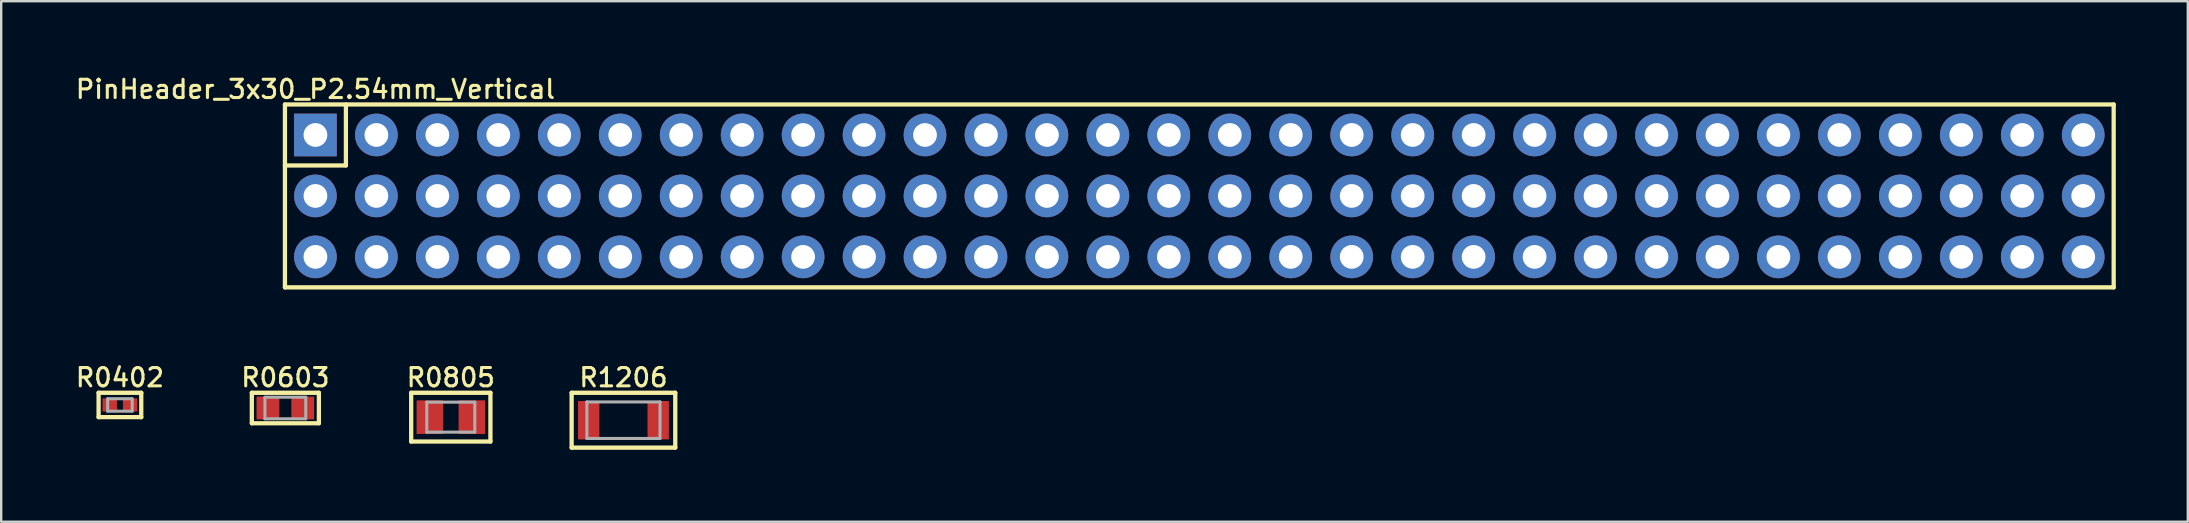
<source format=kicad_pcb>
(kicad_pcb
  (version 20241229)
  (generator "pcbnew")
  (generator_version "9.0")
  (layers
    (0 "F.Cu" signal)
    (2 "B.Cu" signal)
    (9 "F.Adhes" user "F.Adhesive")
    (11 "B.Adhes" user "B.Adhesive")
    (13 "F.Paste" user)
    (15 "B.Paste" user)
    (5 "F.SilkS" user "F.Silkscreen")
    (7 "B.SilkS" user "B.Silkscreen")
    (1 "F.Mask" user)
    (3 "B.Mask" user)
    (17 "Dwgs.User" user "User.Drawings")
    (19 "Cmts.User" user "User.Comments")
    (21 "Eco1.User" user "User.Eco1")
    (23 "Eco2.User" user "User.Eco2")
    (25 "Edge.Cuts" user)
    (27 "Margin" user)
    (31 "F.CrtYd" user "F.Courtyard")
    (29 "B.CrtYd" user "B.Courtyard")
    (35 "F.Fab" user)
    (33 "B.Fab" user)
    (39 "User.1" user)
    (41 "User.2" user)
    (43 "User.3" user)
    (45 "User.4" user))
  (footprint "R0402"
    (layer "F.Cu")
    (at 1.947 13.824)
    (property "Reference" "R0402" (at 0 -1.143 0) (layer "F.SilkS") (effects (font (size 0.762 0.762) (thickness 0.127))))
    (attr smd)
    (fp_line (start -0.889 -0.508) (end 0.889 -0.508) (stroke (width 0.178) (type solid)) (layer "F.SilkS"))
    (fp_line (start -0.889 0.508) (end -0.889 -0.508) (stroke (width 0.178) (type solid)) (layer "F.SilkS"))
    (fp_line (start 0.889 -0.508) (end 0.889 0.508) (stroke (width 0.178) (type solid)) (layer "F.SilkS"))
    (fp_line (start 0.889 0.508) (end -0.889 0.508) (stroke (width 0.178) (type solid)) (layer "F.SilkS"))
    (fp_line (start -0.51 -0.26) (end -0.51 0.26) (stroke (width 0.127) (type solid)) (layer "F.Fab"))
    (fp_line (start -0.51 -0.26) (end 0.51 -0.26) (stroke (width 0.127) (type solid)) (layer "F.Fab"))
    (fp_line (start -0.51 0.26) (end 0.51 0.26) (stroke (width 0.127) (type solid)) (layer "F.Fab"))
    (fp_line (start 0.51 -0.26) (end 0.51 0.26) (stroke (width 0.127) (type solid)) (layer "F.Fab"))
    (pad "1" smd rect (at -0.425 0) (size 0.6 0.55) (layers "F.Cu" "F.Mask" "F.Paste"))
    (pad "2" smd rect (at 0.425 0) (size 0.6 0.55) (layers "F.Cu" "F.Mask" "F.Paste")))
  (footprint "R0805"
    (layer "F.Cu")
    (at 15.734 14.332)
    (property "Reference" "R0805" (at 0 -1.651 0) (layer "F.SilkS") (effects (font (size 0.762 0.762) (thickness 0.127))))
    (attr smd)
    (fp_line (start -1.651 -1.016) (end 1.651 -1.016) (stroke (width 0.178) (type solid)) (layer "F.SilkS"))
    (fp_line (start -1.651 1.016) (end -1.651 -1.016) (stroke (width 0.178) (type solid)) (layer "F.SilkS"))
    (fp_line (start 1.651 -1.016) (end 1.651 1.016) (stroke (width 0.178) (type solid)) (layer "F.SilkS"))
    (fp_line (start 1.651 1.016) (end -1.651 1.016) (stroke (width 0.178) (type solid)) (layer "F.SilkS"))
    (fp_line (start -1 -0.625) (end -1 0.625) (stroke (width 0.127) (type solid)) (layer "F.Fab"))
    (fp_line (start -1 -0.625) (end 1 -0.625) (stroke (width 0.127) (type solid)) (layer "F.Fab"))
    (fp_line (start -1 0.625) (end 1 0.625) (stroke (width 0.127) (type solid)) (layer "F.Fab"))
    (fp_line (start 1 -0.625) (end 1 0.625) (stroke (width 0.127) (type solid)) (layer "F.Fab"))
    (pad "1" smd rect (at -0.875 0) (size 1.1 1.4) (layers "F.Cu" "F.Mask" "F.Paste"))
    (pad "2" smd rect (at 0.875 0) (size 1.1 1.4) (layers "F.Cu" "F.Mask" "F.Paste")))
  (footprint "R0603"
    (layer "F.Cu")
    (at 8.84 13.951)
    (property "Reference" "R0603" (at 0 -1.27 0) (layer "F.SilkS") (effects (font (size 0.762 0.762) (thickness 0.127))))
    (attr smd)
    (fp_line (start -1.397 -0.635) (end 1.397 -0.635) (stroke (width 0.178) (type solid)) (layer "F.SilkS"))
    (fp_line (start -1.397 0.635) (end -1.397 -0.635) (stroke (width 0.178) (type solid)) (layer "F.SilkS"))
    (fp_line (start 1.397 -0.635) (end 1.397 0.635) (stroke (width 0.178) (type solid)) (layer "F.SilkS"))
    (fp_line (start 1.397 0.635) (end -1.397 0.635) (stroke (width 0.178) (type solid)) (layer "F.SilkS"))
    (fp_line (start -0.85 -0.45) (end -0.85 0.45) (stroke (width 0.127) (type solid)) (layer "F.Fab"))
    (fp_line (start -0.85 -0.45) (end 0.85 -0.45) (stroke (width 0.127) (type solid)) (layer "F.Fab"))
    (fp_line (start -0.85 0.45) (end 0.85 0.45) (stroke (width 0.127) (type solid)) (layer "F.Fab"))
    (fp_line (start 0.85 -0.45) (end 0.85 0.45) (stroke (width 0.127) (type solid)) (layer "F.Fab"))
    (pad "1" smd rect (at -0.725 0) (size 0.95 0.95) (layers "F.Cu" "F.Mask" "F.Paste"))
    (pad "2" smd rect (at 0.725 0) (size 0.95 0.95) (layers "F.Cu" "F.Mask" "F.Paste")))
  (footprint "PinHeader_3x30_P2.54mm_Vertical"
    (layer "F.Cu")
    (at 10.093 2.574)
    (property "Reference" "PinHeader_3x30_P2.54mm_Vertical" (at 0 -1.905 0) (layer "F.SilkS") (effects (font (size 0.762 0.762) (thickness 0.127))))
    (attr through_hole)
    (fp_line (start -1.27 -1.27) (end 74.93 -1.27) (stroke (width 0.178) (type solid)) (layer "F.SilkS"))
    (fp_line (start -1.27 6.35) (end -1.27 -1.27) (stroke (width 0.178) (type solid)) (layer "F.SilkS"))
    (fp_line (start 1.27 -1.27) (end 1.27 1.27) (stroke (width 0.178) (type solid)) (layer "F.SilkS"))
    (fp_line (start 1.27 1.27) (end -1.27 1.27) (stroke (width 0.178) (type solid)) (layer "F.SilkS"))
    (fp_line (start 74.93 -1.27) (end 74.93 6.35) (stroke (width 0.178) (type solid)) (layer "F.SilkS"))
    (fp_line (start 74.93 6.35) (end -1.27 6.35) (stroke (width 0.178) (type solid)) (layer "F.SilkS"))
    (pad "1" thru_hole rect (at 0 0) (size 1.778 1.778) (drill 0.991) (layers "*.Cu" "*.Mask"))
    (pad "2" thru_hole circle (at 0 2.54) (size 1.778 1.778) (drill 0.991) (layers "*.Cu" "*.Mask"))
    (pad "3" thru_hole circle (at 0 5.08) (size 1.778 1.778) (drill 0.991) (layers "*.Cu" "*.Mask"))
    (pad "4" thru_hole circle (at 2.54 0) (size 1.778 1.778) (drill 0.991) (layers "*.Cu" "*.Mask"))
    (pad "5" thru_hole circle (at 2.54 2.54) (size 1.778 1.778) (drill 0.991) (layers "*.Cu" "*.Mask"))
    (pad "6" thru_hole circle (at 2.54 5.08) (size 1.778 1.778) (drill 0.991) (layers "*.Cu" "*.Mask"))
    (pad "7" thru_hole circle (at 5.08 0) (size 1.778 1.778) (drill 0.991) (layers "*.Cu" "*.Mask"))
    (pad "8" thru_hole circle (at 5.08 2.54) (size 1.778 1.778) (drill 0.991) (layers "*.Cu" "*.Mask"))
    (pad "9" thru_hole circle (at 5.08 5.08) (size 1.778 1.778) (drill 0.991) (layers "*.Cu" "*.Mask"))
    (pad "10" thru_hole circle (at 7.62 0) (size 1.778 1.778) (drill 0.991) (layers "*.Cu" "*.Mask"))
    (pad "11" thru_hole circle (at 7.62 2.54) (size 1.778 1.778) (drill 0.991) (layers "*.Cu" "*.Mask"))
    (pad "12" thru_hole circle (at 7.62 5.08) (size 1.778 1.778) (drill 0.991) (layers "*.Cu" "*.Mask"))
    (pad "13" thru_hole circle (at 10.16 0) (size 1.778 1.778) (drill 0.991) (layers "*.Cu" "*.Mask"))
    (pad "14" thru_hole circle (at 10.16 2.54) (size 1.778 1.778) (drill 0.991) (layers "*.Cu" "*.Mask"))
    (pad "15" thru_hole circle (at 10.16 5.08) (size 1.778 1.778) (drill 0.991) (layers "*.Cu" "*.Mask"))
    (pad "16" thru_hole circle (at 12.7 0) (size 1.778 1.778) (drill 0.991) (layers "*.Cu" "*.Mask"))
    (pad "17" thru_hole circle (at 12.7 2.54) (size 1.778 1.778) (drill 0.991) (layers "*.Cu" "*.Mask"))
    (pad "18" thru_hole circle (at 12.7 5.08) (size 1.778 1.778) (drill 0.991) (layers "*.Cu" "*.Mask"))
    (pad "19" thru_hole circle (at 15.24 0) (size 1.778 1.778) (drill 0.991) (layers "*.Cu" "*.Mask"))
    (pad "20" thru_hole circle (at 15.24 2.54) (size 1.778 1.778) (drill 0.991) (layers "*.Cu" "*.Mask"))
    (pad "21" thru_hole circle (at 15.24 5.08) (size 1.778 1.778) (drill 0.991) (layers "*.Cu" "*.Mask"))
    (pad "22" thru_hole circle (at 17.78 0) (size 1.778 1.778) (drill 0.991) (layers "*.Cu" "*.Mask"))
    (pad "23" thru_hole circle (at 17.78 2.54) (size 1.778 1.778) (drill 0.991) (layers "*.Cu" "*.Mask"))
    (pad "24" thru_hole circle (at 17.78 5.08) (size 1.778 1.778) (drill 0.991) (layers "*.Cu" "*.Mask"))
    (pad "25" thru_hole circle (at 20.32 0) (size 1.778 1.778) (drill 0.991) (layers "*.Cu" "*.Mask"))
    (pad "26" thru_hole circle (at 20.32 2.54) (size 1.778 1.778) (drill 0.991) (layers "*.Cu" "*.Mask"))
    (pad "27" thru_hole circle (at 20.32 5.08) (size 1.778 1.778) (drill 0.991) (layers "*.Cu" "*.Mask"))
    (pad "28" thru_hole circle (at 22.86 0) (size 1.778 1.778) (drill 0.991) (layers "*.Cu" "*.Mask"))
    (pad "29" thru_hole circle (at 22.86 2.54) (size 1.778 1.778) (drill 0.991) (layers "*.Cu" "*.Mask"))
    (pad "30" thru_hole circle (at 22.86 5.08) (size 1.778 1.778) (drill 0.991) (layers "*.Cu" "*.Mask"))
    (pad "31" thru_hole circle (at 25.4 0) (size 1.778 1.778) (drill 0.991) (layers "*.Cu" "*.Mask"))
    (pad "32" thru_hole circle (at 25.4 2.54) (size 1.778 1.778) (drill 0.991) (layers "*.Cu" "*.Mask"))
    (pad "33" thru_hole circle (at 25.4 5.08) (size 1.778 1.778) (drill 0.991) (layers "*.Cu" "*.Mask"))
    (pad "34" thru_hole circle (at 27.94 0) (size 1.778 1.778) (drill 0.991) (layers "*.Cu" "*.Mask"))
    (pad "35" thru_hole circle (at 27.94 2.54) (size 1.778 1.778) (drill 0.991) (layers "*.Cu" "*.Mask"))
    (pad "36" thru_hole circle (at 27.94 5.08) (size 1.778 1.778) (drill 0.991) (layers "*.Cu" "*.Mask"))
    (pad "37" thru_hole circle (at 30.48 0) (size 1.778 1.778) (drill 0.991) (layers "*.Cu" "*.Mask"))
    (pad "38" thru_hole circle (at 30.48 2.54) (size 1.778 1.778) (drill 0.991) (layers "*.Cu" "*.Mask"))
    (pad "39" thru_hole circle (at 30.48 5.08) (size 1.778 1.778) (drill 0.991) (layers "*.Cu" "*.Mask"))
    (pad "40" thru_hole circle (at 33.02 0) (size 1.778 1.778) (drill 0.991) (layers "*.Cu" "*.Mask"))
    (pad "41" thru_hole circle (at 33.02 2.54) (size 1.778 1.778) (drill 0.991) (layers "*.Cu" "*.Mask"))
    (pad "42" thru_hole circle (at 33.02 5.08) (size 1.778 1.778) (drill 0.991) (layers "*.Cu" "*.Mask"))
    (pad "43" thru_hole circle (at 35.56 0) (size 1.778 1.778) (drill 0.991) (layers "*.Cu" "*.Mask"))
    (pad "44" thru_hole circle (at 35.56 2.54) (size 1.778 1.778) (drill 0.991) (layers "*.Cu" "*.Mask"))
    (pad "45" thru_hole circle (at 35.56 5.08) (size 1.778 1.778) (drill 0.991) (layers "*.Cu" "*.Mask"))
    (pad "46" thru_hole circle (at 38.1 0) (size 1.778 1.778) (drill 0.991) (layers "*.Cu" "*.Mask"))
    (pad "47" thru_hole circle (at 38.1 2.54) (size 1.778 1.778) (drill 0.991) (layers "*.Cu" "*.Mask"))
    (pad "48" thru_hole circle (at 38.1 5.08) (size 1.778 1.778) (drill 0.991) (layers "*.Cu" "*.Mask"))
    (pad "49" thru_hole circle (at 40.64 0) (size 1.778 1.778) (drill 0.991) (layers "*.Cu" "*.Mask"))
    (pad "50" thru_hole circle (at 40.64 2.54) (size 1.778 1.778) (drill 0.991) (layers "*.Cu" "*.Mask"))
    (pad "51" thru_hole circle (at 40.64 5.08) (size 1.778 1.778) (drill 0.991) (layers "*.Cu" "*.Mask"))
    (pad "52" thru_hole circle (at 43.18 0) (size 1.778 1.778) (drill 0.991) (layers "*.Cu" "*.Mask"))
    (pad "53" thru_hole circle (at 43.18 2.54) (size 1.778 1.778) (drill 0.991) (layers "*.Cu" "*.Mask"))
    (pad "54" thru_hole circle (at 43.18 5.08) (size 1.778 1.778) (drill 0.991) (layers "*.Cu" "*.Mask"))
    (pad "55" thru_hole circle (at 45.72 0) (size 1.778 1.778) (drill 0.991) (layers "*.Cu" "*.Mask"))
    (pad "56" thru_hole circle (at 45.72 2.54) (size 1.778 1.778) (drill 0.991) (layers "*.Cu" "*.Mask"))
    (pad "57" thru_hole circle (at 45.72 5.08) (size 1.778 1.778) (drill 0.991) (layers "*.Cu" "*.Mask"))
    (pad "58" thru_hole circle (at 48.26 0) (size 1.778 1.778) (drill 0.991) (layers "*.Cu" "*.Mask"))
    (pad "59" thru_hole circle (at 48.26 2.54) (size 1.778 1.778) (drill 0.991) (layers "*.Cu" "*.Mask"))
    (pad "60" thru_hole circle (at 48.26 5.08) (size 1.778 1.778) (drill 0.991) (layers "*.Cu" "*.Mask"))
    (pad "61" thru_hole circle (at 50.8 0) (size 1.778 1.778) (drill 0.991) (layers "*.Cu" "*.Mask"))
    (pad "62" thru_hole circle (at 50.8 2.54) (size 1.778 1.778) (drill 0.991) (layers "*.Cu" "*.Mask"))
    (pad "63" thru_hole circle (at 50.8 5.08) (size 1.778 1.778) (drill 0.991) (layers "*.Cu" "*.Mask"))
    (pad "64" thru_hole circle (at 53.34 0) (size 1.778 1.778) (drill 0.991) (layers "*.Cu" "*.Mask"))
    (pad "65" thru_hole circle (at 53.34 2.54) (size 1.778 1.778) (drill 0.991) (layers "*.Cu" "*.Mask"))
    (pad "66" thru_hole circle (at 53.34 5.08) (size 1.778 1.778) (drill 0.991) (layers "*.Cu" "*.Mask"))
    (pad "67" thru_hole circle (at 55.88 0) (size 1.778 1.778) (drill 0.991) (layers "*.Cu" "*.Mask"))
    (pad "68" thru_hole circle (at 55.88 2.54) (size 1.778 1.778) (drill 0.991) (layers "*.Cu" "*.Mask"))
    (pad "69" thru_hole circle (at 55.88 5.08) (size 1.778 1.778) (drill 0.991) (layers "*.Cu" "*.Mask"))
    (pad "70" thru_hole circle (at 58.42 0) (size 1.778 1.778) (drill 0.991) (layers "*.Cu" "*.Mask"))
    (pad "71" thru_hole circle (at 58.42 2.54) (size 1.778 1.778) (drill 0.991) (layers "*.Cu" "*.Mask"))
    (pad "72" thru_hole circle (at 58.42 5.08) (size 1.778 1.778) (drill 0.991) (layers "*.Cu" "*.Mask"))
    (pad "73" thru_hole circle (at 60.96 0) (size 1.778 1.778) (drill 0.991) (layers "*.Cu" "*.Mask"))
    (pad "74" thru_hole circle (at 60.96 2.54) (size 1.778 1.778) (drill 0.991) (layers "*.Cu" "*.Mask"))
    (pad "75" thru_hole circle (at 60.96 5.08) (size 1.778 1.778) (drill 0.991) (layers "*.Cu" "*.Mask"))
    (pad "76" thru_hole circle (at 63.5 0) (size 1.778 1.778) (drill 0.991) (layers "*.Cu" "*.Mask"))
    (pad "77" thru_hole circle (at 63.5 2.54) (size 1.778 1.778) (drill 0.991) (layers "*.Cu" "*.Mask"))
    (pad "78" thru_hole circle (at 63.5 5.08) (size 1.778 1.778) (drill 0.991) (layers "*.Cu" "*.Mask"))
    (pad "79" thru_hole circle (at 66.04 0) (size 1.778 1.778) (drill 0.991) (layers "*.Cu" "*.Mask"))
    (pad "80" thru_hole circle (at 66.04 2.54) (size 1.778 1.778) (drill 0.991) (layers "*.Cu" "*.Mask"))
    (pad "81" thru_hole circle (at 66.04 5.08) (size 1.778 1.778) (drill 0.991) (layers "*.Cu" "*.Mask"))
    (pad "82" thru_hole circle (at 68.58 0) (size 1.778 1.778) (drill 0.991) (layers "*.Cu" "*.Mask"))
    (pad "83" thru_hole circle (at 68.58 2.54) (size 1.778 1.778) (drill 0.991) (layers "*.Cu" "*.Mask"))
    (pad "84" thru_hole circle (at 68.58 5.08) (size 1.778 1.778) (drill 0.991) (layers "*.Cu" "*.Mask"))
    (pad "85" thru_hole circle (at 71.12 0) (size 1.778 1.778) (drill 0.991) (layers "*.Cu" "*.Mask"))
    (pad "86" thru_hole circle (at 71.12 2.54) (size 1.778 1.778) (drill 0.991) (layers "*.Cu" "*.Mask"))
    (pad "87" thru_hole circle (at 71.12 5.08) (size 1.778 1.778) (drill 0.991) (layers "*.Cu" "*.Mask"))
    (pad "88" thru_hole circle (at 73.66 0) (size 1.778 1.778) (drill 0.991) (layers "*.Cu" "*.Mask"))
    (pad "89" thru_hole circle (at 73.66 2.54) (size 1.778 1.778) (drill 0.991) (layers "*.Cu" "*.Mask"))
    (pad "90" thru_hole circle (at 73.66 5.08) (size 1.778 1.778) (drill 0.991) (layers "*.Cu" "*.Mask")))
  (footprint "R1206"
    (layer "F.Cu")
    (at 22.928 14.459)
    (property "Reference" "R1206" (at 0 -1.778 0) (layer "F.SilkS") (effects (font (size 0.762 0.762) (thickness 0.127))))
    (attr smd)
    (fp_line (start -2.159 -1.143) (end 2.159 -1.143) (stroke (width 0.178) (type solid)) (layer "F.SilkS"))
    (fp_line (start -2.159 1.143) (end -2.159 -1.143) (stroke (width 0.178) (type solid)) (layer "F.SilkS"))
    (fp_line (start 2.159 -1.143) (end 2.159 1.143) (stroke (width 0.178) (type solid)) (layer "F.SilkS"))
    (fp_line (start 2.159 1.143) (end -2.159 1.143) (stroke (width 0.178) (type solid)) (layer "F.SilkS"))
    (fp_line (start -1.524 -0.762) (end -1.524 0.762) (stroke (width 0.127) (type solid)) (layer "F.Fab"))
    (fp_line (start -1.524 -0.762) (end 1.524 -0.762) (stroke (width 0.127) (type solid)) (layer "F.Fab"))
    (fp_line (start 1.524 0.762) (end -1.524 0.762) (stroke (width 0.127) (type solid)) (layer "F.Fab"))
    (fp_line (start 1.524 0.762) (end 1.524 -0.762) (stroke (width 0.127) (type solid)) (layer "F.Fab"))
    (pad "1" smd rect (at -1.448 0) (size 0.889 1.6) (layers "F.Cu" "F.Mask" "F.Paste"))
    (pad "2" smd rect (at 1.448 0 180) (size 0.889 1.6) (layers "F.Cu" "F.Mask" "F.Paste")))
  (gr_rect
    (start -3 -3)
    (end 88.112 18.691)
    (stroke (width 0.1) (type default))
    (fill no)
    (layer "Edge.Cuts")))
</source>
